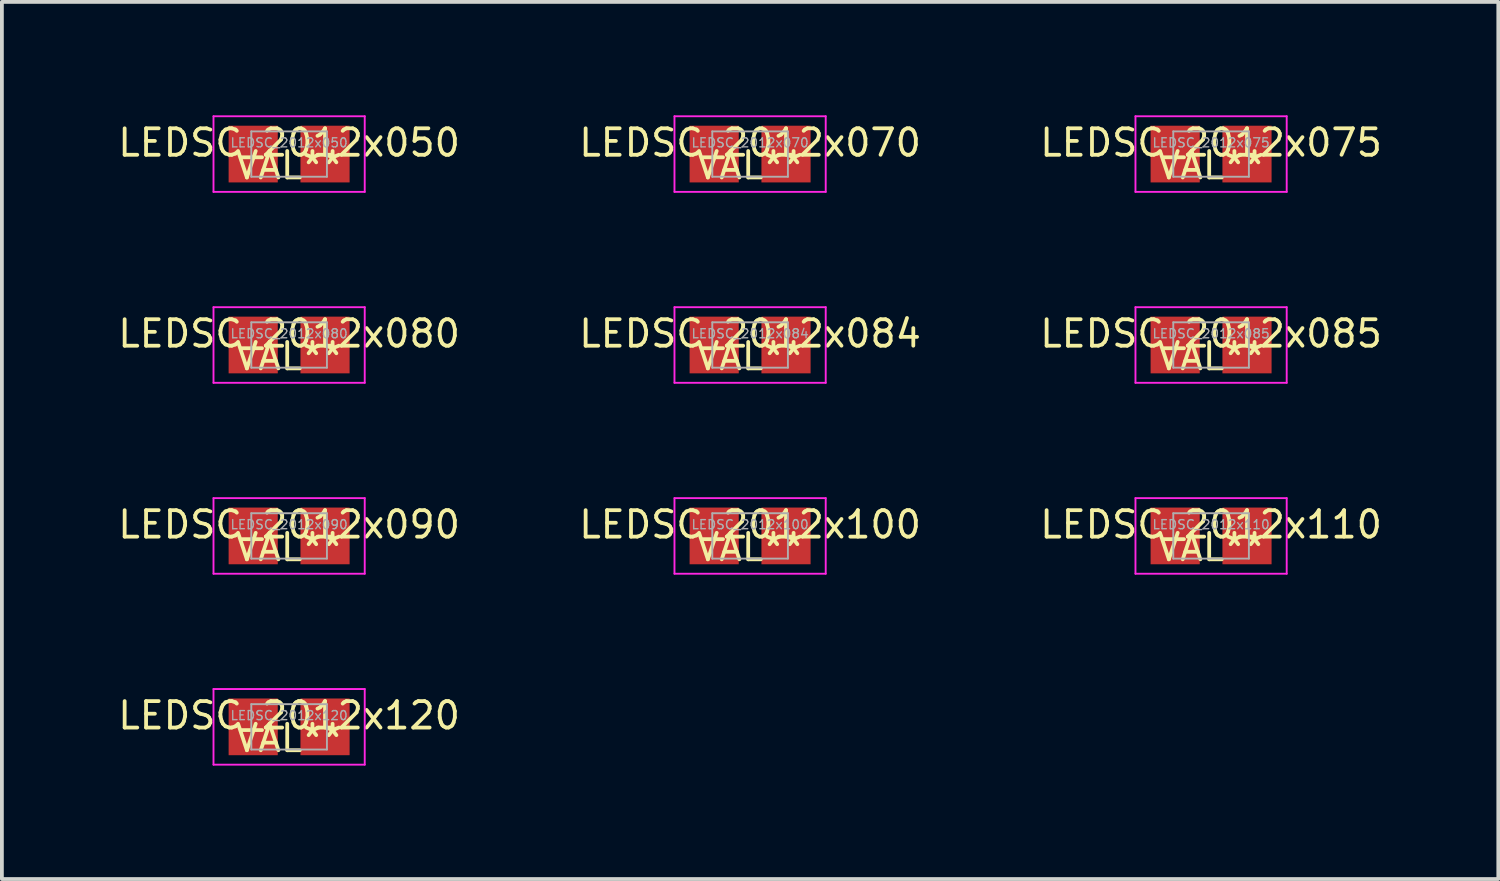
<source format=kicad_pcb>
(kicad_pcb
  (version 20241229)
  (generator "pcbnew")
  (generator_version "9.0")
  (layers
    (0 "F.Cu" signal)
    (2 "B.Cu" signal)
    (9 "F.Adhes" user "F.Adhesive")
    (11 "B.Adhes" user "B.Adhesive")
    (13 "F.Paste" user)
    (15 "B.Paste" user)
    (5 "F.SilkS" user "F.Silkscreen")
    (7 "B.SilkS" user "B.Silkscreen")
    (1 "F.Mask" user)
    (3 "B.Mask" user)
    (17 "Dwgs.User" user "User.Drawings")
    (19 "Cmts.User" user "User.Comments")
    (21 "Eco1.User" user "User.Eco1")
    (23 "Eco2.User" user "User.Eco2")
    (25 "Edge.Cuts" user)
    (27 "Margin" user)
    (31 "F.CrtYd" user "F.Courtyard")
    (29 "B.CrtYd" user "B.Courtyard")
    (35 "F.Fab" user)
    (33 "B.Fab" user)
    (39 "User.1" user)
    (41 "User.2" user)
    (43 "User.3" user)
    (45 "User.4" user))
  (footprint "LEDSC_2012x110"
    (layer "F.Cu")
    (at 28.983 11.125)
    (property "Reference" "LEDSC_2012x110" (at 0 -0.3 0) (layer "F.Fab") (effects (font (size 0.24 0.24) (thickness 0.036))))
    (property "Value" "VAL**" (at 0 0.3 0) (layer "F.Fab") (hide yes) (effects (font (size 0.24 0.24) (thickness 0.036))))
    (attr smd)
    (fp_line (start -2 -1) (end 2 -1) (stroke (width 0.05) (type solid)) (layer "F.CrtYd"))
    (fp_line (start -2 1) (end -2 -1) (stroke (width 0.05) (type solid)) (layer "F.CrtYd"))
    (fp_line (start 2 -1) (end 2 1) (stroke (width 0.05) (type solid)) (layer "F.CrtYd"))
    (fp_line (start 2 1) (end -2 1) (stroke (width 0.05) (type solid)) (layer "F.CrtYd"))
    (fp_line (start -1 -0.6) (end 1 -0.6) (stroke (width 0.05) (type solid)) (layer "F.Fab"))
    (fp_line (start -1 0.6) (end -1 -0.6) (stroke (width 0.05) (type solid)) (layer "F.Fab"))
    (fp_line (start 1 -0.6) (end 1 0.6) (stroke (width 0.05) (type solid)) (layer "F.Fab"))
    (fp_line (start 1 0.6) (end -1 0.6) (stroke (width 0.05) (type solid)) (layer "F.Fab"))
    (fp_text user "${VALUE}" (at 0 0.3 0) (layer "F.SilkS") (effects (font (size 0.7 0.7) (thickness 0.1))))
    (fp_text user "${REFERENCE}" (at 0 -0.3 0) (layer "F.SilkS") (effects (font (size 0.7 0.7) (thickness 0.1))))
    (pad "1" smd rect (at -0.95 0) (size 1.3 1.5) (layers "F.Cu" "F.Mask" "F.Paste"))
    (pad "2" smd rect (at 0.95 0) (size 1.3 1.5) (layers "F.Cu" "F.Mask" "F.Paste")))
  (footprint "LEDSC_2012x120"
    (layer "F.Cu")
    (at 4.597 16.175)
    (property "Reference" "LEDSC_2012x120" (at 0 -0.3 0) (layer "F.Fab") (effects (font (size 0.24 0.24) (thickness 0.036))))
    (property "Value" "VAL**" (at 0 0.3 0) (layer "F.Fab") (hide yes) (effects (font (size 0.24 0.24) (thickness 0.036))))
    (attr smd)
    (fp_line (start -2 -1) (end 2 -1) (stroke (width 0.05) (type solid)) (layer "F.CrtYd"))
    (fp_line (start -2 1) (end -2 -1) (stroke (width 0.05) (type solid)) (layer "F.CrtYd"))
    (fp_line (start 2 -1) (end 2 1) (stroke (width 0.05) (type solid)) (layer "F.CrtYd"))
    (fp_line (start 2 1) (end -2 1) (stroke (width 0.05) (type solid)) (layer "F.CrtYd"))
    (fp_line (start -1 -0.6) (end 1 -0.6) (stroke (width 0.05) (type solid)) (layer "F.Fab"))
    (fp_line (start -1 0.6) (end -1 -0.6) (stroke (width 0.05) (type solid)) (layer "F.Fab"))
    (fp_line (start 1 -0.6) (end 1 0.6) (stroke (width 0.05) (type solid)) (layer "F.Fab"))
    (fp_line (start 1 0.6) (end -1 0.6) (stroke (width 0.05) (type solid)) (layer "F.Fab"))
    (fp_text user "${REFERENCE}" (at 0 -0.3 0) (layer "F.SilkS") (effects (font (size 0.7 0.7) (thickness 0.1))))
    (fp_text user "${VALUE}" (at 0 0.3 0) (layer "F.SilkS") (effects (font (size 0.7 0.7) (thickness 0.1))))
    (pad "1" smd rect (at -0.95 0) (size 1.3 1.5) (layers "F.Cu" "F.Mask" "F.Paste"))
    (pad "2" smd rect (at 0.95 0) (size 1.3 1.5) (layers "F.Cu" "F.Mask" "F.Paste")))
  (footprint "LEDSC_2012x100"
    (layer "F.Cu")
    (at 16.79 11.125)
    (property "Reference" "LEDSC_2012x100" (at 0 -0.3 0) (layer "F.Fab") (effects (font (size 0.24 0.24) (thickness 0.036))))
    (property "Value" "VAL**" (at 0 0.3 0) (layer "F.Fab") (hide yes) (effects (font (size 0.24 0.24) (thickness 0.036))))
    (attr smd)
    (fp_line (start -2 -1) (end 2 -1) (stroke (width 0.05) (type solid)) (layer "F.CrtYd"))
    (fp_line (start -2 1) (end -2 -1) (stroke (width 0.05) (type solid)) (layer "F.CrtYd"))
    (fp_line (start 2 -1) (end 2 1) (stroke (width 0.05) (type solid)) (layer "F.CrtYd"))
    (fp_line (start 2 1) (end -2 1) (stroke (width 0.05) (type solid)) (layer "F.CrtYd"))
    (fp_line (start -1 -0.6) (end 1 -0.6) (stroke (width 0.05) (type solid)) (layer "F.Fab"))
    (fp_line (start -1 0.6) (end -1 -0.6) (stroke (width 0.05) (type solid)) (layer "F.Fab"))
    (fp_line (start 1 -0.6) (end 1 0.6) (stroke (width 0.05) (type solid)) (layer "F.Fab"))
    (fp_line (start 1 0.6) (end -1 0.6) (stroke (width 0.05) (type solid)) (layer "F.Fab"))
    (fp_text user "${REFERENCE}" (at 0 -0.3 0) (layer "F.SilkS") (effects (font (size 0.7 0.7) (thickness 0.1))))
    (fp_text user "${VALUE}" (at 0 0.3 0) (layer "F.SilkS") (effects (font (size 0.7 0.7) (thickness 0.1))))
    (pad "1" smd rect (at -0.95 0) (size 1.3 1.5) (layers "F.Cu" "F.Mask" "F.Paste"))
    (pad "2" smd rect (at 0.95 0) (size 1.3 1.5) (layers "F.Cu" "F.Mask" "F.Paste")))
  (footprint "LEDSC_2012x075"
    (layer "F.Cu")
    (at 28.983 1.025)
    (property "Reference" "LEDSC_2012x075" (at 0 -0.3 0) (layer "F.Fab") (effects (font (size 0.24 0.24) (thickness 0.036))))
    (property "Value" "VAL**" (at 0 0.3 0) (layer "F.Fab") (hide yes) (effects (font (size 0.24 0.24) (thickness 0.036))))
    (attr smd)
    (fp_line (start -2 -1) (end 2 -1) (stroke (width 0.05) (type solid)) (layer "F.CrtYd"))
    (fp_line (start -2 1) (end -2 -1) (stroke (width 0.05) (type solid)) (layer "F.CrtYd"))
    (fp_line (start 2 -1) (end 2 1) (stroke (width 0.05) (type solid)) (layer "F.CrtYd"))
    (fp_line (start 2 1) (end -2 1) (stroke (width 0.05) (type solid)) (layer "F.CrtYd"))
    (fp_line (start -1 -0.6) (end 1 -0.6) (stroke (width 0.05) (type solid)) (layer "F.Fab"))
    (fp_line (start -1 0.6) (end -1 -0.6) (stroke (width 0.05) (type solid)) (layer "F.Fab"))
    (fp_line (start 1 -0.6) (end 1 0.6) (stroke (width 0.05) (type solid)) (layer "F.Fab"))
    (fp_line (start 1 0.6) (end -1 0.6) (stroke (width 0.05) (type solid)) (layer "F.Fab"))
    (fp_text user "${VALUE}" (at 0 0.3 0) (layer "F.SilkS") (effects (font (size 0.7 0.7) (thickness 0.1))))
    (fp_text user "${REFERENCE}" (at 0 -0.3 0) (layer "F.SilkS") (effects (font (size 0.7 0.7) (thickness 0.1))))
    (pad "1" smd rect (at -0.95 0) (size 1.3 1.5) (layers "F.Cu" "F.Mask" "F.Paste"))
    (pad "2" smd rect (at 0.95 0) (size 1.3 1.5) (layers "F.Cu" "F.Mask" "F.Paste")))
  (footprint "LEDSC_2012x084"
    (layer "F.Cu")
    (at 16.79 6.075)
    (property "Reference" "LEDSC_2012x084" (at 0 -0.3 0) (layer "F.Fab") (effects (font (size 0.24 0.24) (thickness 0.036))))
    (property "Value" "VAL**" (at 0 0.3 0) (layer "F.Fab") (hide yes) (effects (font (size 0.24 0.24) (thickness 0.036))))
    (attr smd)
    (fp_line (start -2 -1) (end 2 -1) (stroke (width 0.05) (type solid)) (layer "F.CrtYd"))
    (fp_line (start -2 1) (end -2 -1) (stroke (width 0.05) (type solid)) (layer "F.CrtYd"))
    (fp_line (start 2 -1) (end 2 1) (stroke (width 0.05) (type solid)) (layer "F.CrtYd"))
    (fp_line (start 2 1) (end -2 1) (stroke (width 0.05) (type solid)) (layer "F.CrtYd"))
    (fp_line (start -1 -0.6) (end 1 -0.6) (stroke (width 0.05) (type solid)) (layer "F.Fab"))
    (fp_line (start -1 0.6) (end -1 -0.6) (stroke (width 0.05) (type solid)) (layer "F.Fab"))
    (fp_line (start 1 -0.6) (end 1 0.6) (stroke (width 0.05) (type solid)) (layer "F.Fab"))
    (fp_line (start 1 0.6) (end -1 0.6) (stroke (width 0.05) (type solid)) (layer "F.Fab"))
    (fp_text user "${REFERENCE}" (at 0 -0.3 0) (layer "F.SilkS") (effects (font (size 0.7 0.7) (thickness 0.1))))
    (fp_text user "${VALUE}" (at 0 0.3 0) (layer "F.SilkS") (effects (font (size 0.7 0.7) (thickness 0.1))))
    (pad "1" smd rect (at -0.95 0) (size 1.3 1.5) (layers "F.Cu" "F.Mask" "F.Paste"))
    (pad "2" smd rect (at 0.95 0) (size 1.3 1.5) (layers "F.Cu" "F.Mask" "F.Paste")))
  (footprint "LEDSC_2012x070"
    (layer "F.Cu")
    (at 16.79 1.025)
    (property "Reference" "LEDSC_2012x070" (at 0 -0.3 0) (layer "F.Fab") (effects (font (size 0.24 0.24) (thickness 0.036))))
    (property "Value" "VAL**" (at 0 0.3 0) (layer "F.Fab") (hide yes) (effects (font (size 0.24 0.24) (thickness 0.036))))
    (attr smd)
    (fp_line (start -2 -1) (end 2 -1) (stroke (width 0.05) (type solid)) (layer "F.CrtYd"))
    (fp_line (start -2 1) (end -2 -1) (stroke (width 0.05) (type solid)) (layer "F.CrtYd"))
    (fp_line (start 2 -1) (end 2 1) (stroke (width 0.05) (type solid)) (layer "F.CrtYd"))
    (fp_line (start 2 1) (end -2 1) (stroke (width 0.05) (type solid)) (layer "F.CrtYd"))
    (fp_line (start -1 -0.6) (end 1 -0.6) (stroke (width 0.05) (type solid)) (layer "F.Fab"))
    (fp_line (start -1 0.6) (end -1 -0.6) (stroke (width 0.05) (type solid)) (layer "F.Fab"))
    (fp_line (start 1 -0.6) (end 1 0.6) (stroke (width 0.05) (type solid)) (layer "F.Fab"))
    (fp_line (start 1 0.6) (end -1 0.6) (stroke (width 0.05) (type solid)) (layer "F.Fab"))
    (fp_text user "${VALUE}" (at 0 0.3 0) (layer "F.SilkS") (effects (font (size 0.7 0.7) (thickness 0.1))))
    (fp_text user "${REFERENCE}" (at 0 -0.3 0) (layer "F.SilkS") (effects (font (size 0.7 0.7) (thickness 0.1))))
    (pad "1" smd rect (at -0.95 0) (size 1.3 1.5) (layers "F.Cu" "F.Mask" "F.Paste"))
    (pad "2" smd rect (at 0.95 0) (size 1.3 1.5) (layers "F.Cu" "F.Mask" "F.Paste")))
  (footprint "LEDSC_2012x080"
    (layer "F.Cu")
    (at 4.597 6.075)
    (property "Reference" "LEDSC_2012x080" (at 0 -0.3 0) (layer "F.Fab") (effects (font (size 0.24 0.24) (thickness 0.036))))
    (property "Value" "VAL**" (at 0 0.3 0) (layer "F.Fab") (hide yes) (effects (font (size 0.24 0.24) (thickness 0.036))))
    (attr smd)
    (fp_line (start -2 -1) (end 2 -1) (stroke (width 0.05) (type solid)) (layer "F.CrtYd"))
    (fp_line (start -2 1) (end -2 -1) (stroke (width 0.05) (type solid)) (layer "F.CrtYd"))
    (fp_line (start 2 -1) (end 2 1) (stroke (width 0.05) (type solid)) (layer "F.CrtYd"))
    (fp_line (start 2 1) (end -2 1) (stroke (width 0.05) (type solid)) (layer "F.CrtYd"))
    (fp_line (start -1 -0.6) (end 1 -0.6) (stroke (width 0.05) (type solid)) (layer "F.Fab"))
    (fp_line (start -1 0.6) (end -1 -0.6) (stroke (width 0.05) (type solid)) (layer "F.Fab"))
    (fp_line (start 1 -0.6) (end 1 0.6) (stroke (width 0.05) (type solid)) (layer "F.Fab"))
    (fp_line (start 1 0.6) (end -1 0.6) (stroke (width 0.05) (type solid)) (layer "F.Fab"))
    (fp_text user "${REFERENCE}" (at 0 -0.3 0) (layer "F.SilkS") (effects (font (size 0.7 0.7) (thickness 0.1))))
    (fp_text user "${VALUE}" (at 0 0.3 0) (layer "F.SilkS") (effects (font (size 0.7 0.7) (thickness 0.1))))
    (pad "1" smd rect (at -0.95 0) (size 1.3 1.5) (layers "F.Cu" "F.Mask" "F.Paste"))
    (pad "2" smd rect (at 0.95 0) (size 1.3 1.5) (layers "F.Cu" "F.Mask" "F.Paste")))
  (footprint "LEDSC_2012x085"
    (layer "F.Cu")
    (at 28.983 6.075)
    (property "Reference" "LEDSC_2012x085" (at 0 -0.3 0) (layer "F.Fab") (effects (font (size 0.24 0.24) (thickness 0.036))))
    (property "Value" "VAL**" (at 0 0.3 0) (layer "F.Fab") (hide yes) (effects (font (size 0.24 0.24) (thickness 0.036))))
    (attr smd)
    (fp_line (start -2 -1) (end 2 -1) (stroke (width 0.05) (type solid)) (layer "F.CrtYd"))
    (fp_line (start -2 1) (end -2 -1) (stroke (width 0.05) (type solid)) (layer "F.CrtYd"))
    (fp_line (start 2 -1) (end 2 1) (stroke (width 0.05) (type solid)) (layer "F.CrtYd"))
    (fp_line (start 2 1) (end -2 1) (stroke (width 0.05) (type solid)) (layer "F.CrtYd"))
    (fp_line (start -1 -0.6) (end 1 -0.6) (stroke (width 0.05) (type solid)) (layer "F.Fab"))
    (fp_line (start -1 0.6) (end -1 -0.6) (stroke (width 0.05) (type solid)) (layer "F.Fab"))
    (fp_line (start 1 -0.6) (end 1 0.6) (stroke (width 0.05) (type solid)) (layer "F.Fab"))
    (fp_line (start 1 0.6) (end -1 0.6) (stroke (width 0.05) (type solid)) (layer "F.Fab"))
    (fp_text user "${REFERENCE}" (at 0 -0.3 0) (layer "F.SilkS") (effects (font (size 0.7 0.7) (thickness 0.1))))
    (fp_text user "${VALUE}" (at 0 0.3 0) (layer "F.SilkS") (effects (font (size 0.7 0.7) (thickness 0.1))))
    (pad "1" smd rect (at -0.95 0) (size 1.3 1.5) (layers "F.Cu" "F.Mask" "F.Paste"))
    (pad "2" smd rect (at 0.95 0) (size 1.3 1.5) (layers "F.Cu" "F.Mask" "F.Paste")))
  (footprint "LEDSC_2012x050"
    (layer "F.Cu")
    (at 4.597 1.025)
    (property "Reference" "LEDSC_2012x050" (at 0 -0.3 0) (layer "F.Fab") (effects (font (size 0.24 0.24) (thickness 0.036))))
    (property "Value" "VAL**" (at 0 0.3 0) (layer "F.Fab") (hide yes) (effects (font (size 0.24 0.24) (thickness 0.036))))
    (attr smd)
    (fp_line (start -2 -1) (end 2 -1) (stroke (width 0.05) (type solid)) (layer "F.CrtYd"))
    (fp_line (start -2 1) (end -2 -1) (stroke (width 0.05) (type solid)) (layer "F.CrtYd"))
    (fp_line (start 2 -1) (end 2 1) (stroke (width 0.05) (type solid)) (layer "F.CrtYd"))
    (fp_line (start 2 1) (end -2 1) (stroke (width 0.05) (type solid)) (layer "F.CrtYd"))
    (fp_line (start -1 -0.6) (end 1 -0.6) (stroke (width 0.05) (type solid)) (layer "F.Fab"))
    (fp_line (start -1 0.6) (end -1 -0.6) (stroke (width 0.05) (type solid)) (layer "F.Fab"))
    (fp_line (start 1 -0.6) (end 1 0.6) (stroke (width 0.05) (type solid)) (layer "F.Fab"))
    (fp_line (start 1 0.6) (end -1 0.6) (stroke (width 0.05) (type solid)) (layer "F.Fab"))
    (fp_text user "${REFERENCE}" (at 0 -0.3 0) (layer "F.SilkS") (effects (font (size 0.7 0.7) (thickness 0.1))))
    (fp_text user "${VALUE}" (at 0 0.3 0) (layer "F.SilkS") (effects (font (size 0.7 0.7) (thickness 0.1))))
    (pad "1" smd rect (at -0.95 0) (size 1.3 1.5) (layers "F.Cu" "F.Mask" "F.Paste"))
    (pad "2" smd rect (at 0.95 0) (size 1.3 1.5) (layers "F.Cu" "F.Mask" "F.Paste")))
  (footprint "LEDSC_2012x090"
    (layer "F.Cu")
    (at 4.597 11.125)
    (property "Reference" "LEDSC_2012x090" (at 0 -0.3 0) (layer "F.Fab") (effects (font (size 0.24 0.24) (thickness 0.036))))
    (property "Value" "VAL**" (at 0 0.3 0) (layer "F.Fab") (hide yes) (effects (font (size 0.24 0.24) (thickness 0.036))))
    (attr smd)
    (fp_line (start -2 -1) (end 2 -1) (stroke (width 0.05) (type solid)) (layer "F.CrtYd"))
    (fp_line (start -2 1) (end -2 -1) (stroke (width 0.05) (type solid)) (layer "F.CrtYd"))
    (fp_line (start 2 -1) (end 2 1) (stroke (width 0.05) (type solid)) (layer "F.CrtYd"))
    (fp_line (start 2 1) (end -2 1) (stroke (width 0.05) (type solid)) (layer "F.CrtYd"))
    (fp_line (start -1 -0.6) (end 1 -0.6) (stroke (width 0.05) (type solid)) (layer "F.Fab"))
    (fp_line (start -1 0.6) (end -1 -0.6) (stroke (width 0.05) (type solid)) (layer "F.Fab"))
    (fp_line (start 1 -0.6) (end 1 0.6) (stroke (width 0.05) (type solid)) (layer "F.Fab"))
    (fp_line (start 1 0.6) (end -1 0.6) (stroke (width 0.05) (type solid)) (layer "F.Fab"))
    (fp_text user "${REFERENCE}" (at 0 -0.3 0) (layer "F.SilkS") (effects (font (size 0.7 0.7) (thickness 0.1))))
    (fp_text user "${VALUE}" (at 0 0.3 0) (layer "F.SilkS") (effects (font (size 0.7 0.7) (thickness 0.1))))
    (pad "1" smd rect (at -0.95 0) (size 1.3 1.5) (layers "F.Cu" "F.Mask" "F.Paste"))
    (pad "2" smd rect (at 0.95 0) (size 1.3 1.5) (layers "F.Cu" "F.Mask" "F.Paste")))
  (gr_rect
    (start -3 -3)
    (end 36.58 20.2)
    (stroke (width 0.1) (type default))
    (fill no)
    (layer "Edge.Cuts")))
</source>
